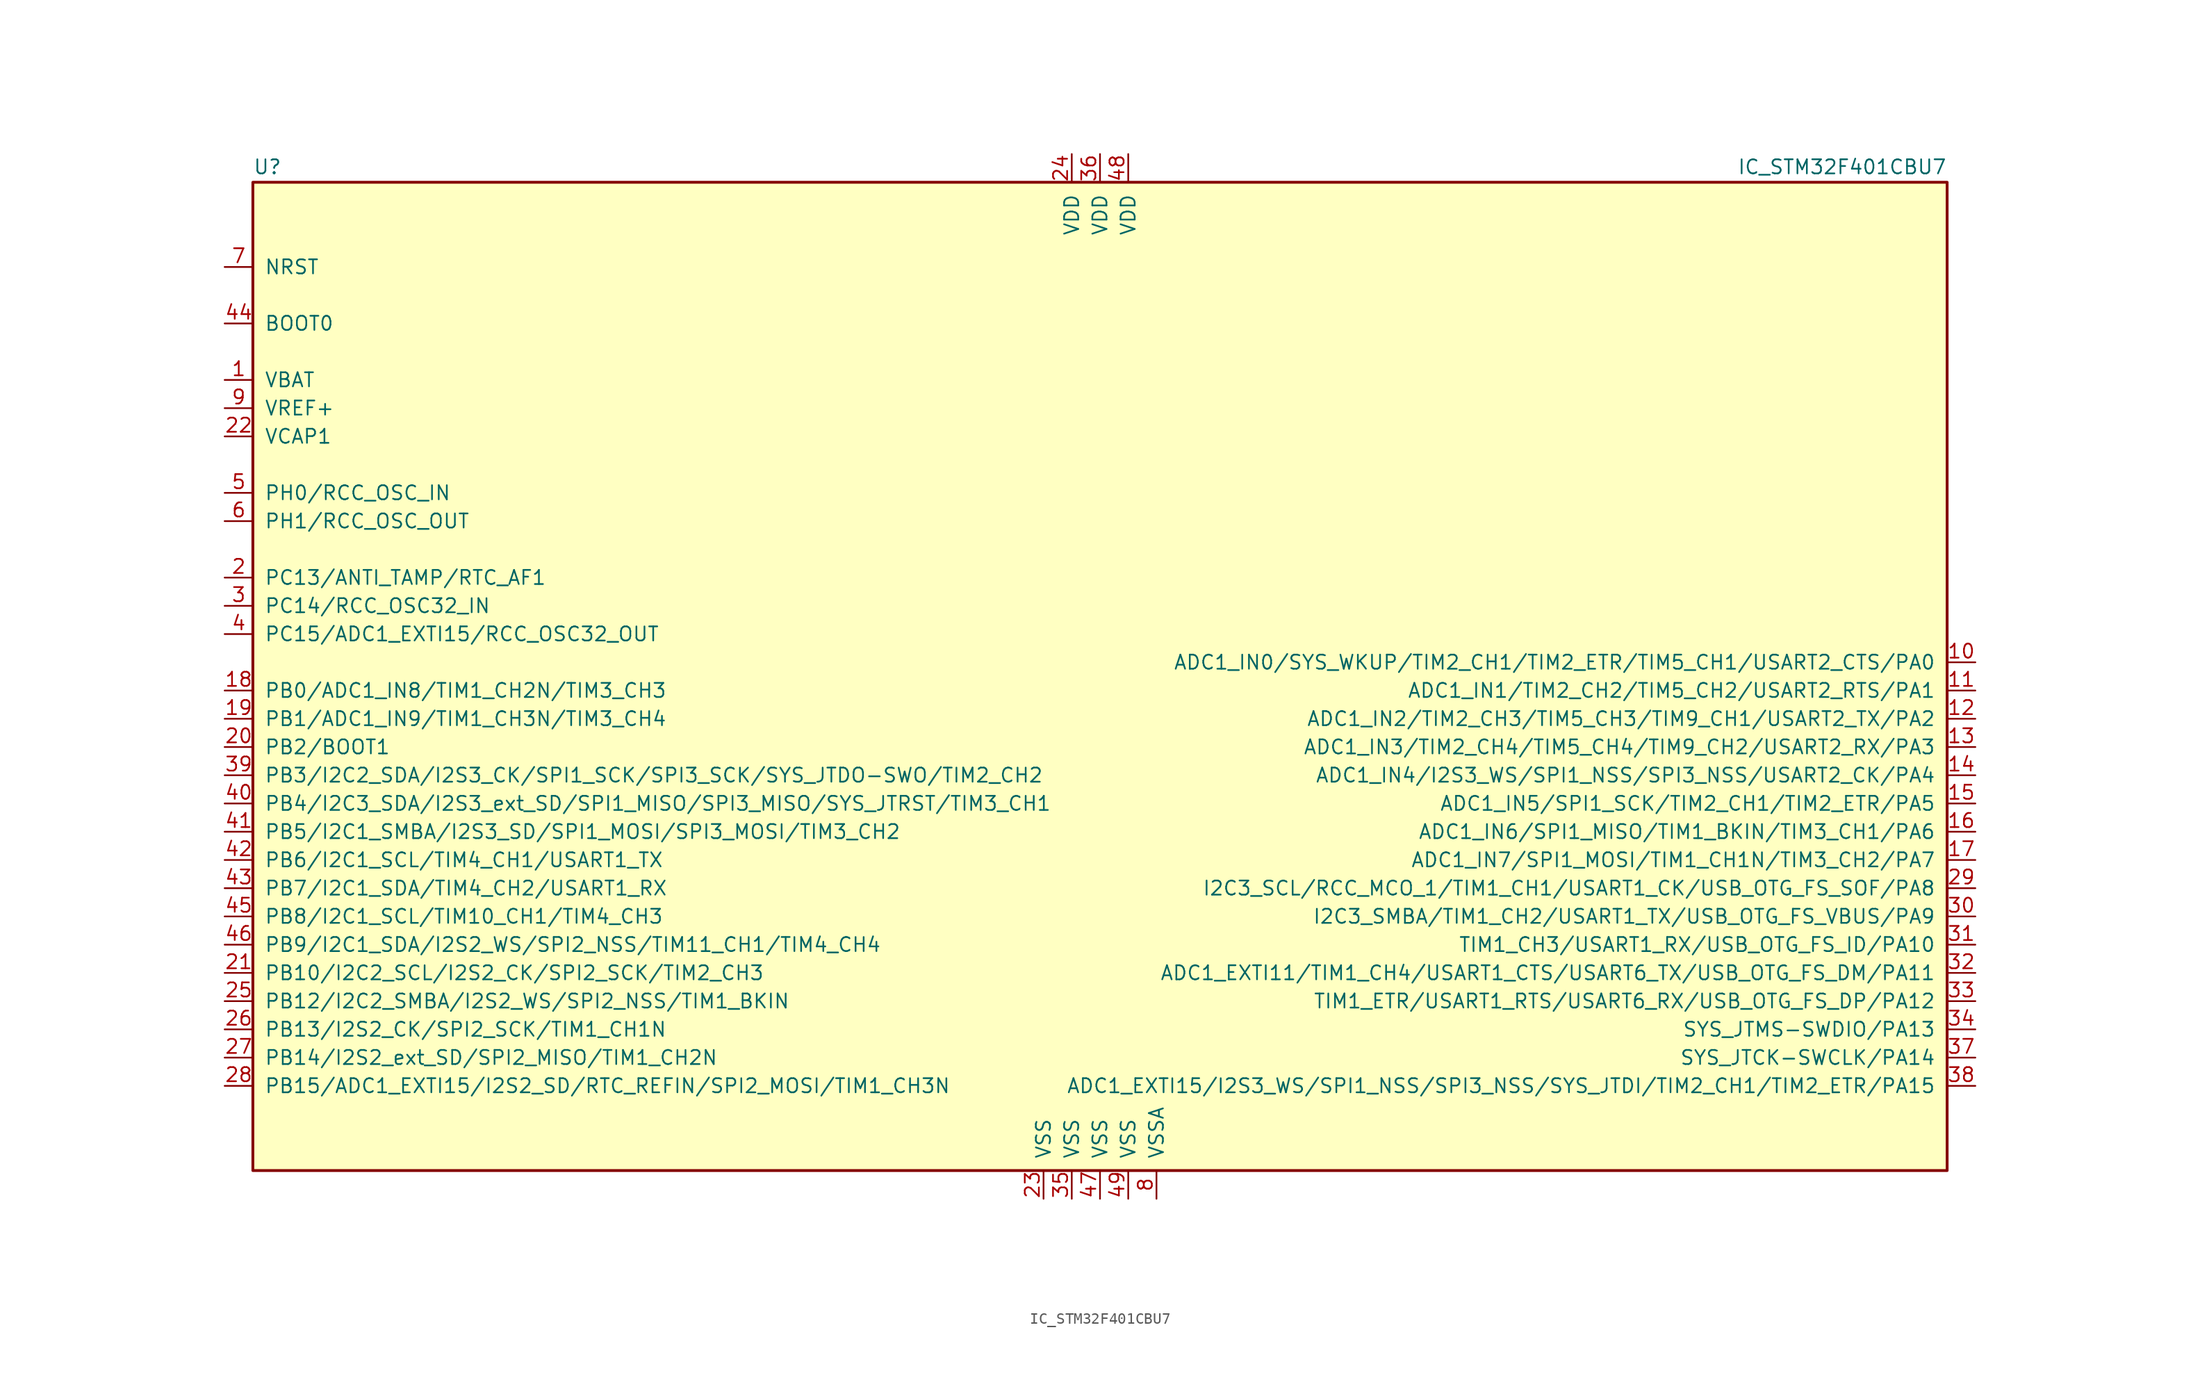
<source format=kicad_sym>
(kicad_symbol_lib
  (version 20211014)
  (generator kicad_symbol_editor)
  (symbol "IC_STM32F401CBU7"
    (pin_names
      (offset 1.016))
    (property "Reference" "U"
      (at -76.2 46.355 0)
      (effects (font (size 1.27 1.27)) (justify left bottom)))
    (property "Value" "IC_STM32F401CBU7"
      (at 76.2 46.355 0)
      (effects (font (size 1.27 1.27)) (justify right bottom)))
    (symbol "IC_STM32F401CBU7_0_1"
      (rectangle (start -76.2 -43.18) (end 76.2 45.72) (stroke (width 0.254) (type default) (color 0 0 0 0)) (fill (type background))))
    (symbol "IC_STM32F401CBU7_1_1"
      (pin power_in line (at -78.74 27.94 0) (length 2.54) (name "VBAT" (effects (font (size 1.27 1.27)))) (number "1" (effects (font (size 1.27 1.27)))))
      (pin bidirectional line (at 78.74 2.54 180) (length 2.54) (name "ADC1_IN0/SYS_WKUP/TIM2_CH1/TIM2_ETR/TIM5_CH1/USART2_CTS/PA0" (effects (font (size 1.27 1.27)))) (number "10" (effects (font (size 1.27 1.27)))))
      (pin bidirectional line (at 78.74 0 180) (length 2.54) (name "ADC1_IN1/TIM2_CH2/TIM5_CH2/USART2_RTS/PA1" (effects (font (size 1.27 1.27)))) (number "11" (effects (font (size 1.27 1.27)))))
      (pin bidirectional line (at 78.74 -2.54 180) (length 2.54) (name "ADC1_IN2/TIM2_CH3/TIM5_CH3/TIM9_CH1/USART2_TX/PA2" (effects (font (size 1.27 1.27)))) (number "12" (effects (font (size 1.27 1.27)))))
      (pin bidirectional line (at 78.74 -5.08 180) (length 2.54) (name "ADC1_IN3/TIM2_CH4/TIM5_CH4/TIM9_CH2/USART2_RX/PA3" (effects (font (size 1.27 1.27)))) (number "13" (effects (font (size 1.27 1.27)))))
      (pin bidirectional line (at 78.74 -7.62 180) (length 2.54) (name "ADC1_IN4/I2S3_WS/SPI1_NSS/SPI3_NSS/USART2_CK/PA4" (effects (font (size 1.27 1.27)))) (number "14" (effects (font (size 1.27 1.27)))))
      (pin bidirectional line (at 78.74 -10.16 180) (length 2.54) (name "ADC1_IN5/SPI1_SCK/TIM2_CH1/TIM2_ETR/PA5" (effects (font (size 1.27 1.27)))) (number "15" (effects (font (size 1.27 1.27)))))
      (pin bidirectional line (at 78.74 -12.7 180) (length 2.54) (name "ADC1_IN6/SPI1_MISO/TIM1_BKIN/TIM3_CH1/PA6" (effects (font (size 1.27 1.27)))) (number "16" (effects (font (size 1.27 1.27)))))
      (pin bidirectional line (at 78.74 -15.24 180) (length 2.54) (name "ADC1_IN7/SPI1_MOSI/TIM1_CH1N/TIM3_CH2/PA7" (effects (font (size 1.27 1.27)))) (number "17" (effects (font (size 1.27 1.27)))))
      (pin bidirectional line (at -78.74 0 0) (length 2.54) (name "PB0/ADC1_IN8/TIM1_CH2N/TIM3_CH3" (effects (font (size 1.27 1.27)))) (number "18" (effects (font (size 1.27 1.27)))))
      (pin bidirectional line (at -78.74 -2.54 0) (length 2.54) (name "PB1/ADC1_IN9/TIM1_CH3N/TIM3_CH4" (effects (font (size 1.27 1.27)))) (number "19" (effects (font (size 1.27 1.27)))))
      (pin bidirectional line (at -78.74 10.16 0) (length 2.54) (name "PC13/ANTI_TAMP/RTC_AF1" (effects (font (size 1.27 1.27)))) (number "2" (effects (font (size 1.27 1.27)))))
      (pin bidirectional line (at -78.74 -5.08 0) (length 2.54) (name "PB2/BOOT1" (effects (font (size 1.27 1.27)))) (number "20" (effects (font (size 1.27 1.27)))))
      (pin bidirectional line (at -78.74 -25.4 0) (length 2.54) (name "PB10/I2C2_SCL/I2S2_CK/SPI2_SCK/TIM2_CH3" (effects (font (size 1.27 1.27)))) (number "21" (effects (font (size 1.27 1.27)))))
      (pin power_in line (at -78.74 22.86 0) (length 2.54) (name "VCAP1" (effects (font (size 1.27 1.27)))) (number "22" (effects (font (size 1.27 1.27)))))
      (pin power_in line (at -5.08 -45.72 90) (length 2.54) (name "VSS" (effects (font (size 1.27 1.27)))) (number "23" (effects (font (size 1.27 1.27)))))
      (pin power_in line (at -2.54 48.26 270) (length 2.54) (name "VDD" (effects (font (size 1.27 1.27)))) (number "24" (effects (font (size 1.27 1.27)))))
      (pin bidirectional line (at -78.74 -27.94 0) (length 2.54) (name "PB12/I2C2_SMBA/I2S2_WS/SPI2_NSS/TIM1_BKIN" (effects (font (size 1.27 1.27)))) (number "25" (effects (font (size 1.27 1.27)))))
      (pin bidirectional line (at -78.74 -30.48 0) (length 2.54) (name "PB13/I2S2_CK/SPI2_SCK/TIM1_CH1N" (effects (font (size 1.27 1.27)))) (number "26" (effects (font (size 1.27 1.27)))))
      (pin bidirectional line (at -78.74 -33.02 0) (length 2.54) (name "PB14/I2S2_ext_SD/SPI2_MISO/TIM1_CH2N" (effects (font (size 1.27 1.27)))) (number "27" (effects (font (size 1.27 1.27)))))
      (pin bidirectional line (at -78.74 -35.56 0) (length 2.54) (name "PB15/ADC1_EXTI15/I2S2_SD/RTC_REFIN/SPI2_MOSI/TIM1_CH3N" (effects (font (size 1.27 1.27)))) (number "28" (effects (font (size 1.27 1.27)))))
      (pin bidirectional line (at 78.74 -17.78 180) (length 2.54) (name "I2C3_SCL/RCC_MCO_1/TIM1_CH1/USART1_CK/USB_OTG_FS_SOF/PA8" (effects (font (size 1.27 1.27)))) (number "29" (effects (font (size 1.27 1.27)))))
      (pin bidirectional line (at -78.74 7.62 0) (length 2.54) (name "PC14/RCC_OSC32_IN" (effects (font (size 1.27 1.27)))) (number "3" (effects (font (size 1.27 1.27)))))
      (pin bidirectional line (at 78.74 -20.32 180) (length 2.54) (name "I2C3_SMBA/TIM1_CH2/USART1_TX/USB_OTG_FS_VBUS/PA9" (effects (font (size 1.27 1.27)))) (number "30" (effects (font (size 1.27 1.27)))))
      (pin bidirectional line (at 78.74 -22.86 180) (length 2.54) (name "TIM1_CH3/USART1_RX/USB_OTG_FS_ID/PA10" (effects (font (size 1.27 1.27)))) (number "31" (effects (font (size 1.27 1.27)))))
      (pin bidirectional line (at 78.74 -25.4 180) (length 2.54) (name "ADC1_EXTI11/TIM1_CH4/USART1_CTS/USART6_TX/USB_OTG_FS_DM/PA11" (effects (font (size 1.27 1.27)))) (number "32" (effects (font (size 1.27 1.27)))))
      (pin bidirectional line (at 78.74 -27.94 180) (length 2.54) (name "TIM1_ETR/USART1_RTS/USART6_RX/USB_OTG_FS_DP/PA12" (effects (font (size 1.27 1.27)))) (number "33" (effects (font (size 1.27 1.27)))))
      (pin bidirectional line (at 78.74 -30.48 180) (length 2.54) (name "SYS_JTMS-SWDIO/PA13" (effects (font (size 1.27 1.27)))) (number "34" (effects (font (size 1.27 1.27)))))
      (pin power_in line (at -2.54 -45.72 90) (length 2.54) (name "VSS" (effects (font (size 1.27 1.27)))) (number "35" (effects (font (size 1.27 1.27)))))
      (pin power_in line (at 0 48.26 270) (length 2.54) (name "VDD" (effects (font (size 1.27 1.27)))) (number "36" (effects (font (size 1.27 1.27)))))
      (pin bidirectional line (at 78.74 -33.02 180) (length 2.54) (name "SYS_JTCK-SWCLK/PA14" (effects (font (size 1.27 1.27)))) (number "37" (effects (font (size 1.27 1.27)))))
      (pin bidirectional line (at 78.74 -35.56 180) (length 2.54) (name "ADC1_EXTI15/I2S3_WS/SPI1_NSS/SPI3_NSS/SYS_JTDI/TIM2_CH1/TIM2_ETR/PA15" (effects (font (size 1.27 1.27)))) (number "38" (effects (font (size 1.27 1.27)))))
      (pin bidirectional line (at -78.74 -7.62 0) (length 2.54) (name "PB3/I2C2_SDA/I2S3_CK/SPI1_SCK/SPI3_SCK/SYS_JTDO-SWO/TIM2_CH2" (effects (font (size 1.27 1.27)))) (number "39" (effects (font (size 1.27 1.27)))))
      (pin bidirectional line (at -78.74 5.08 0) (length 2.54) (name "PC15/ADC1_EXTI15/RCC_OSC32_OUT" (effects (font (size 1.27 1.27)))) (number "4" (effects (font (size 1.27 1.27)))))
      (pin bidirectional line (at -78.74 -10.16 0) (length 2.54) (name "PB4/I2C3_SDA/I2S3_ext_SD/SPI1_MISO/SPI3_MISO/SYS_JTRST/TIM3_CH1" (effects (font (size 1.27 1.27)))) (number "40" (effects (font (size 1.27 1.27)))))
      (pin bidirectional line (at -78.74 -12.7 0) (length 2.54) (name "PB5/I2C1_SMBA/I2S3_SD/SPI1_MOSI/SPI3_MOSI/TIM3_CH2" (effects (font (size 1.27 1.27)))) (number "41" (effects (font (size 1.27 1.27)))))
      (pin bidirectional line (at -78.74 -15.24 0) (length 2.54) (name "PB6/I2C1_SCL/TIM4_CH1/USART1_TX" (effects (font (size 1.27 1.27)))) (number "42" (effects (font (size 1.27 1.27)))))
      (pin bidirectional line (at -78.74 -17.78 0) (length 2.54) (name "PB7/I2C1_SDA/TIM4_CH2/USART1_RX" (effects (font (size 1.27 1.27)))) (number "43" (effects (font (size 1.27 1.27)))))
      (pin input line (at -78.74 33.02 0) (length 2.54) (name "BOOT0" (effects (font (size 1.27 1.27)))) (number "44" (effects (font (size 1.27 1.27)))))
      (pin bidirectional line (at -78.74 -20.32 0) (length 2.54) (name "PB8/I2C1_SCL/TIM10_CH1/TIM4_CH3" (effects (font (size 1.27 1.27)))) (number "45" (effects (font (size 1.27 1.27)))))
      (pin bidirectional line (at -78.74 -22.86 0) (length 2.54) (name "PB9/I2C1_SDA/I2S2_WS/SPI2_NSS/TIM11_CH1/TIM4_CH4" (effects (font (size 1.27 1.27)))) (number "46" (effects (font (size 1.27 1.27)))))
      (pin power_in line (at 0 -45.72 90) (length 2.54) (name "VSS" (effects (font (size 1.27 1.27)))) (number "47" (effects (font (size 1.27 1.27)))))
      (pin power_in line (at 2.54 48.26 270) (length 2.54) (name "VDD" (effects (font (size 1.27 1.27)))) (number "48" (effects (font (size 1.27 1.27)))))
      (pin power_in line (at 2.54 -45.72 90) (length 2.54) (name "VSS" (effects (font (size 1.27 1.27)))) (number "49" (effects (font (size 1.27 1.27)))))
      (pin input line (at -78.74 17.78 0) (length 2.54) (name "PH0/RCC_OSC_IN" (effects (font (size 1.27 1.27)))) (number "5" (effects (font (size 1.27 1.27)))))
      (pin input line (at -78.74 15.24 0) (length 2.54) (name "PH1/RCC_OSC_OUT" (effects (font (size 1.27 1.27)))) (number "6" (effects (font (size 1.27 1.27)))))
      (pin input line (at -78.74 38.1 0) (length 2.54) (name "NRST" (effects (font (size 1.27 1.27)))) (number "7" (effects (font (size 1.27 1.27)))))
      (pin power_in line (at 5.08 -45.72 90) (length 2.54) (name "VSSA" (effects (font (size 1.27 1.27)))) (number "8" (effects (font (size 1.27 1.27)))))
      (pin power_in line (at -78.74 25.4 0) (length 2.54) (name "VREF+" (effects (font (size 1.27 1.27)))) (number "9" (effects (font (size 1.27 1.27))))))))
</source>
